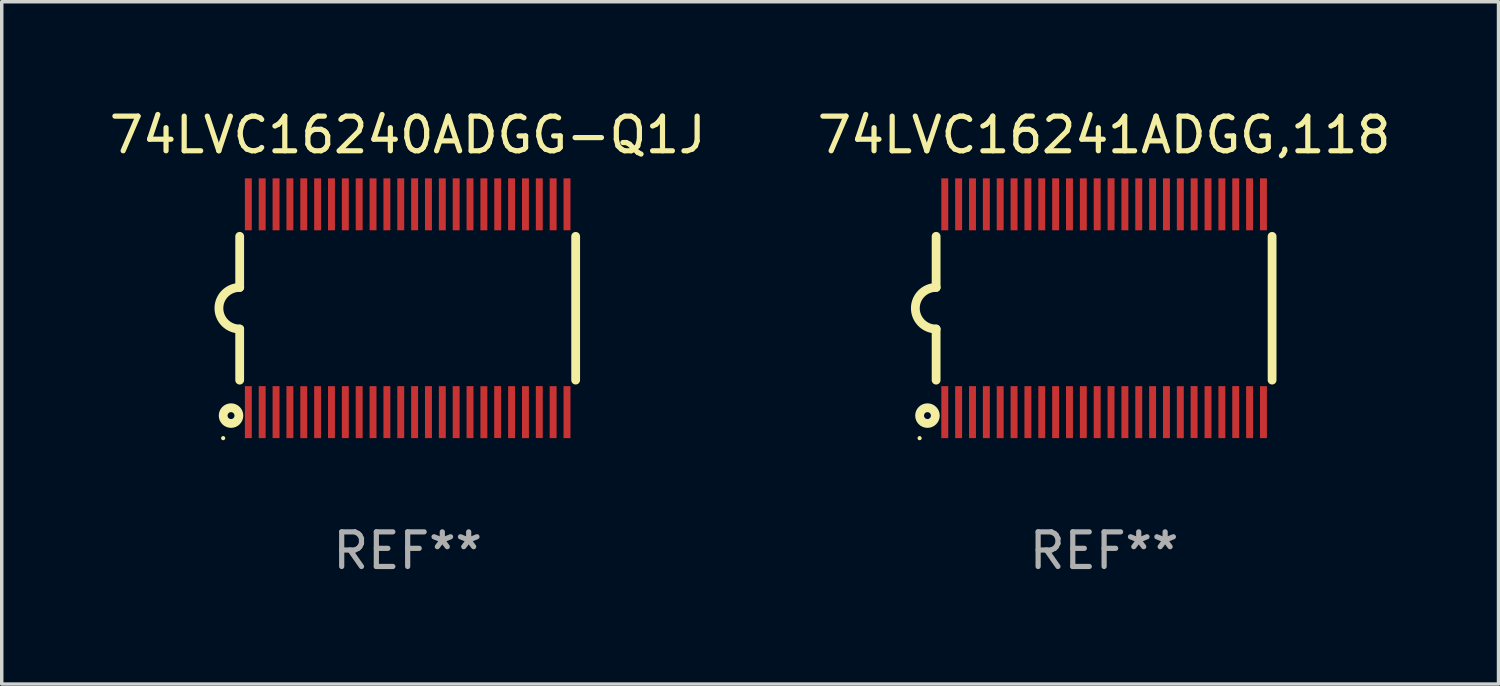
<source format=kicad_pcb>
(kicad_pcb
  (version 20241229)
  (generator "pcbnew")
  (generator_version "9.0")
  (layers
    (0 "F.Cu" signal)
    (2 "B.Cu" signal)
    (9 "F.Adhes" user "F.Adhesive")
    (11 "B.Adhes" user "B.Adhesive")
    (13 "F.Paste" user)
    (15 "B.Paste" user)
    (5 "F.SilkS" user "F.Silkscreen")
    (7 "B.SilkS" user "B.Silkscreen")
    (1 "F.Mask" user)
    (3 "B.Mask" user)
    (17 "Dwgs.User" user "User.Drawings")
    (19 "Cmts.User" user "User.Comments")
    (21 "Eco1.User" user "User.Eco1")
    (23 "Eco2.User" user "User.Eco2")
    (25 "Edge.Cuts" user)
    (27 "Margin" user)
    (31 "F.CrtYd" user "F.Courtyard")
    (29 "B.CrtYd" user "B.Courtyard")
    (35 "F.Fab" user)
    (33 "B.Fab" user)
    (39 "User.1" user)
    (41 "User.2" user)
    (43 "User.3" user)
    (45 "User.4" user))
  (footprint "74LVC16241ADGG,118"
    (layer "F.Cu")
    (at 28.827 5.849)
    (property "Reference" "74LVC16241ADGG,118" (at 0 -5.001 0) (layer "F.SilkS") (effects (font (size 1 1) (thickness 0.15))))
    (attr through_hole)
    (fp_line (start -4.85 -2.076) (end -4.85 -0.6) (stroke (width 0.254) (type solid)) (layer "F.SilkS"))
    (fp_line (start -4.85 2.076) (end -4.85 0.6) (stroke (width 0.254) (type solid)) (layer "F.SilkS"))
    (fp_line (start 4.85 -2.075) (end 4.85 2.075) (stroke (width 0.254) (type solid)) (layer "F.SilkS"))
    (fp_arc (start -4.850013 0.6) (mid -5.449099 -0.0008) (end -4.848869 -0.600457) (stroke (width 0.254001) (type solid)) (layer "F.SilkS"))
    (fp_circle (center -5.327 3.751) (end -5.297 3.751) (stroke (width 0.06) (type solid)) (fill no) (layer "F.SilkS"))
    (fp_circle (center -5.1 3.1) (end -5 3.1) (stroke (width 0.254) (type solid)) (fill no) (layer "F.SilkS"))
    (fp_text user "REF**" (at 0 7.001 0) (layer "F.Fab") (effects (font (size 1 1) (thickness 0.15))))
    (pad "1" smd rect (at -4.6 3) (size 0.2 1.5) (layers "F.Cu" "F.Mask" "F.Paste"))
    (pad "2" smd rect (at -4.2 3) (size 0.2 1.5) (layers "F.Cu" "F.Mask" "F.Paste"))
    (pad "3" smd rect (at -3.8 3) (size 0.2 1.5) (layers "F.Cu" "F.Mask" "F.Paste"))
    (pad "4" smd rect (at -3.4 3) (size 0.2 1.5) (layers "F.Cu" "F.Mask" "F.Paste"))
    (pad "5" smd rect (at -3 3.001) (size 0.2 1.5) (layers "F.Cu" "F.Mask" "F.Paste"))
    (pad "6" smd rect (at -2.6 3) (size 0.2 1.5) (layers "F.Cu" "F.Mask" "F.Paste"))
    (pad "7" smd rect (at -2.2 3) (size 0.2 1.5) (layers "F.Cu" "F.Mask" "F.Paste"))
    (pad "8" smd rect (at -1.8 3) (size 0.2 1.5) (layers "F.Cu" "F.Mask" "F.Paste"))
    (pad "9" smd rect (at -1.4 3) (size 0.2 1.5) (layers "F.Cu" "F.Mask" "F.Paste"))
    (pad "10" smd rect (at -1 3) (size 0.2 1.5) (layers "F.Cu" "F.Mask" "F.Paste"))
    (pad "11" smd rect (at -0.6 3) (size 0.2 1.5) (layers "F.Cu" "F.Mask" "F.Paste"))
    (pad "12" smd rect (at -0.2 3) (size 0.2 1.5) (layers "F.Cu" "F.Mask" "F.Paste"))
    (pad "13" smd rect (at 0.2 3) (size 0.2 1.5) (layers "F.Cu" "F.Mask" "F.Paste"))
    (pad "14" smd rect (at 0.6 3) (size 0.2 1.5) (layers "F.Cu" "F.Mask" "F.Paste"))
    (pad "15" smd rect (at 1 3) (size 0.2 1.5) (layers "F.Cu" "F.Mask" "F.Paste"))
    (pad "16" smd rect (at 1.4 3) (size 0.2 1.5) (layers "F.Cu" "F.Mask" "F.Paste"))
    (pad "17" smd rect (at 1.8 3) (size 0.2 1.5) (layers "F.Cu" "F.Mask" "F.Paste"))
    (pad "18" smd rect (at 2.2 3.001) (size 0.2 1.5) (layers "F.Cu" "F.Mask" "F.Paste"))
    (pad "19" smd rect (at 2.598 2.998) (size 0.2 1.5) (layers "F.Cu" "F.Mask" "F.Paste"))
    (pad "20" smd rect (at 3 3) (size 0.2 1.5) (layers "F.Cu" "F.Mask" "F.Paste"))
    (pad "21" smd rect (at 3.4 3) (size 0.2 1.5) (layers "F.Cu" "F.Mask" "F.Paste"))
    (pad "22" smd rect (at 3.8 2.998) (size 0.2 1.5) (layers "F.Cu" "F.Mask" "F.Paste"))
    (pad "23" smd rect (at 4.2 3) (size 0.2 1.5) (layers "F.Cu" "F.Mask" "F.Paste"))
    (pad "24" smd rect (at 4.6 3) (size 0.2 1.5) (layers "F.Cu" "F.Mask" "F.Paste"))
    (pad "25" smd rect (at 4.6 -3) (size 0.2 1.5) (layers "F.Cu" "F.Mask" "F.Paste"))
    (pad "26" smd rect (at 4.2 -3) (size 0.2 1.5) (layers "F.Cu" "F.Mask" "F.Paste"))
    (pad "27" smd rect (at 3.8 -3) (size 0.2 1.5) (layers "F.Cu" "F.Mask" "F.Paste"))
    (pad "28" smd rect (at 3.4 -3) (size 0.2 1.5) (layers "F.Cu" "F.Mask" "F.Paste"))
    (pad "29" smd rect (at 3 -3) (size 0.2 1.5) (layers "F.Cu" "F.Mask" "F.Paste"))
    (pad "30" smd rect (at 2.6 -3) (size 0.2 1.5) (layers "F.Cu" "F.Mask" "F.Paste"))
    (pad "31" smd rect (at 2.2 -3) (size 0.2 1.5) (layers "F.Cu" "F.Mask" "F.Paste"))
    (pad "32" smd rect (at 1.8 -3) (size 0.2 1.5) (layers "F.Cu" "F.Mask" "F.Paste"))
    (pad "33" smd rect (at 1.4 -3) (size 0.2 1.5) (layers "F.Cu" "F.Mask" "F.Paste"))
    (pad "34" smd rect (at 1 -3) (size 0.2 1.5) (layers "F.Cu" "F.Mask" "F.Paste"))
    (pad "35" smd rect (at 0.6 -3) (size 0.2 1.5) (layers "F.Cu" "F.Mask" "F.Paste"))
    (pad "36" smd rect (at 0.201 -3.001) (size 0.2 1.5) (layers "F.Cu" "F.Mask" "F.Paste"))
    (pad "37" smd rect (at -0.2 -3) (size 0.2 1.5) (layers "F.Cu" "F.Mask" "F.Paste"))
    (pad "38" smd rect (at -0.6 -3) (size 0.2 1.5) (layers "F.Cu" "F.Mask" "F.Paste"))
    (pad "39" smd rect (at -1 -3) (size 0.2 1.5) (layers "F.Cu" "F.Mask" "F.Paste"))
    (pad "40" smd rect (at -1.4 -3) (size 0.2 1.5) (layers "F.Cu" "F.Mask" "F.Paste"))
    (pad "41" smd rect (at -1.8 -3) (size 0.2 1.5) (layers "F.Cu" "F.Mask" "F.Paste"))
    (pad "42" smd rect (at -2.2 -3) (size 0.2 1.5) (layers "F.Cu" "F.Mask" "F.Paste"))
    (pad "43" smd rect (at -2.6 -3) (size 0.2 1.5) (layers "F.Cu" "F.Mask" "F.Paste"))
    (pad "44" smd rect (at -3 -3) (size 0.2 1.5) (layers "F.Cu" "F.Mask" "F.Paste"))
    (pad "45" smd rect (at -3.4 -3) (size 0.2 1.5) (layers "F.Cu" "F.Mask" "F.Paste"))
    (pad "46" smd rect (at -3.8 -3) (size 0.2 1.5) (layers "F.Cu" "F.Mask" "F.Paste"))
    (pad "47" smd rect (at -4.2 -3) (size 0.2 1.5) (layers "F.Cu" "F.Mask" "F.Paste"))
    (pad "48" smd rect (at -4.6 -3) (size 0.2 1.5) (layers "F.Cu" "F.Mask" "F.Paste")))
  (footprint "74LVC16240ADGG-Q1J"
    (layer "F.Cu")
    (at 8.72 5.849)
    (property "Reference" "74LVC16240ADGG-Q1J" (at 0 -5.001 0) (layer "F.SilkS") (effects (font (size 1 1) (thickness 0.15))))
    (attr through_hole)
    (fp_line (start -4.85 -2.076) (end -4.85 -0.6) (stroke (width 0.254) (type solid)) (layer "F.SilkS"))
    (fp_line (start -4.85 2.076) (end -4.85 0.6) (stroke (width 0.254) (type solid)) (layer "F.SilkS"))
    (fp_line (start 4.85 -2.075) (end 4.85 2.075) (stroke (width 0.254) (type solid)) (layer "F.SilkS"))
    (fp_arc (start -4.850013 0.6) (mid -5.449099 -0.0008) (end -4.848869 -0.600457) (stroke (width 0.254001) (type solid)) (layer "F.SilkS"))
    (fp_circle (center -5.327 3.751) (end -5.297 3.751) (stroke (width 0.06) (type solid)) (fill no) (layer "F.SilkS"))
    (fp_circle (center -5.1 3.1) (end -5 3.1) (stroke (width 0.254) (type solid)) (fill no) (layer "F.SilkS"))
    (fp_text user "REF**" (at 0 7.001 0) (layer "F.Fab") (effects (font (size 1 1) (thickness 0.15))))
    (pad "1" smd rect (at -4.6 3) (size 0.2 1.5) (layers "F.Cu" "F.Mask" "F.Paste"))
    (pad "2" smd rect (at -4.2 3) (size 0.2 1.5) (layers "F.Cu" "F.Mask" "F.Paste"))
    (pad "3" smd rect (at -3.8 3) (size 0.2 1.5) (layers "F.Cu" "F.Mask" "F.Paste"))
    (pad "4" smd rect (at -3.4 3) (size 0.2 1.5) (layers "F.Cu" "F.Mask" "F.Paste"))
    (pad "5" smd rect (at -3 3.001) (size 0.2 1.5) (layers "F.Cu" "F.Mask" "F.Paste"))
    (pad "6" smd rect (at -2.6 3) (size 0.2 1.5) (layers "F.Cu" "F.Mask" "F.Paste"))
    (pad "7" smd rect (at -2.2 3) (size 0.2 1.5) (layers "F.Cu" "F.Mask" "F.Paste"))
    (pad "8" smd rect (at -1.8 3) (size 0.2 1.5) (layers "F.Cu" "F.Mask" "F.Paste"))
    (pad "9" smd rect (at -1.4 3) (size 0.2 1.5) (layers "F.Cu" "F.Mask" "F.Paste"))
    (pad "10" smd rect (at -1 3) (size 0.2 1.5) (layers "F.Cu" "F.Mask" "F.Paste"))
    (pad "11" smd rect (at -0.6 3) (size 0.2 1.5) (layers "F.Cu" "F.Mask" "F.Paste"))
    (pad "12" smd rect (at -0.2 3) (size 0.2 1.5) (layers "F.Cu" "F.Mask" "F.Paste"))
    (pad "13" smd rect (at 0.2 3) (size 0.2 1.5) (layers "F.Cu" "F.Mask" "F.Paste"))
    (pad "14" smd rect (at 0.6 3) (size 0.2 1.5) (layers "F.Cu" "F.Mask" "F.Paste"))
    (pad "15" smd rect (at 1 3) (size 0.2 1.5) (layers "F.Cu" "F.Mask" "F.Paste"))
    (pad "16" smd rect (at 1.4 3) (size 0.2 1.5) (layers "F.Cu" "F.Mask" "F.Paste"))
    (pad "17" smd rect (at 1.8 3) (size 0.2 1.5) (layers "F.Cu" "F.Mask" "F.Paste"))
    (pad "18" smd rect (at 2.2 3.001) (size 0.2 1.5) (layers "F.Cu" "F.Mask" "F.Paste"))
    (pad "19" smd rect (at 2.598 2.998) (size 0.2 1.5) (layers "F.Cu" "F.Mask" "F.Paste"))
    (pad "20" smd rect (at 3 3) (size 0.2 1.5) (layers "F.Cu" "F.Mask" "F.Paste"))
    (pad "21" smd rect (at 3.4 3) (size 0.2 1.5) (layers "F.Cu" "F.Mask" "F.Paste"))
    (pad "22" smd rect (at 3.8 2.998) (size 0.2 1.5) (layers "F.Cu" "F.Mask" "F.Paste"))
    (pad "23" smd rect (at 4.2 3) (size 0.2 1.5) (layers "F.Cu" "F.Mask" "F.Paste"))
    (pad "24" smd rect (at 4.6 3) (size 0.2 1.5) (layers "F.Cu" "F.Mask" "F.Paste"))
    (pad "25" smd rect (at 4.6 -3) (size 0.2 1.5) (layers "F.Cu" "F.Mask" "F.Paste"))
    (pad "26" smd rect (at 4.2 -3) (size 0.2 1.5) (layers "F.Cu" "F.Mask" "F.Paste"))
    (pad "27" smd rect (at 3.8 -3) (size 0.2 1.5) (layers "F.Cu" "F.Mask" "F.Paste"))
    (pad "28" smd rect (at 3.4 -3) (size 0.2 1.5) (layers "F.Cu" "F.Mask" "F.Paste"))
    (pad "29" smd rect (at 3 -3) (size 0.2 1.5) (layers "F.Cu" "F.Mask" "F.Paste"))
    (pad "30" smd rect (at 2.6 -3) (size 0.2 1.5) (layers "F.Cu" "F.Mask" "F.Paste"))
    (pad "31" smd rect (at 2.2 -3) (size 0.2 1.5) (layers "F.Cu" "F.Mask" "F.Paste"))
    (pad "32" smd rect (at 1.8 -3) (size 0.2 1.5) (layers "F.Cu" "F.Mask" "F.Paste"))
    (pad "33" smd rect (at 1.4 -3) (size 0.2 1.5) (layers "F.Cu" "F.Mask" "F.Paste"))
    (pad "34" smd rect (at 1 -3) (size 0.2 1.5) (layers "F.Cu" "F.Mask" "F.Paste"))
    (pad "35" smd rect (at 0.6 -3) (size 0.2 1.5) (layers "F.Cu" "F.Mask" "F.Paste"))
    (pad "36" smd rect (at 0.201 -3.001) (size 0.2 1.5) (layers "F.Cu" "F.Mask" "F.Paste"))
    (pad "37" smd rect (at -0.2 -3) (size 0.2 1.5) (layers "F.Cu" "F.Mask" "F.Paste"))
    (pad "38" smd rect (at -0.6 -3) (size 0.2 1.5) (layers "F.Cu" "F.Mask" "F.Paste"))
    (pad "39" smd rect (at -1 -3) (size 0.2 1.5) (layers "F.Cu" "F.Mask" "F.Paste"))
    (pad "40" smd rect (at -1.4 -3) (size 0.2 1.5) (layers "F.Cu" "F.Mask" "F.Paste"))
    (pad "41" smd rect (at -1.8 -3) (size 0.2 1.5) (layers "F.Cu" "F.Mask" "F.Paste"))
    (pad "42" smd rect (at -2.2 -3) (size 0.2 1.5) (layers "F.Cu" "F.Mask" "F.Paste"))
    (pad "43" smd rect (at -2.6 -3) (size 0.2 1.5) (layers "F.Cu" "F.Mask" "F.Paste"))
    (pad "44" smd rect (at -3 -3) (size 0.2 1.5) (layers "F.Cu" "F.Mask" "F.Paste"))
    (pad "45" smd rect (at -3.4 -3) (size 0.2 1.5) (layers "F.Cu" "F.Mask" "F.Paste"))
    (pad "46" smd rect (at -3.8 -3) (size 0.2 1.5) (layers "F.Cu" "F.Mask" "F.Paste"))
    (pad "47" smd rect (at -4.2 -3) (size 0.2 1.5) (layers "F.Cu" "F.Mask" "F.Paste"))
    (pad "48" smd rect (at -4.6 -3) (size 0.2 1.5) (layers "F.Cu" "F.Mask" "F.Paste")))
  (gr_rect
    (start -3 -3)
    (end 40.214 16.699)
    (stroke (width 0.1) (type default))
    (fill no)
    (layer "Edge.Cuts")))
</source>
